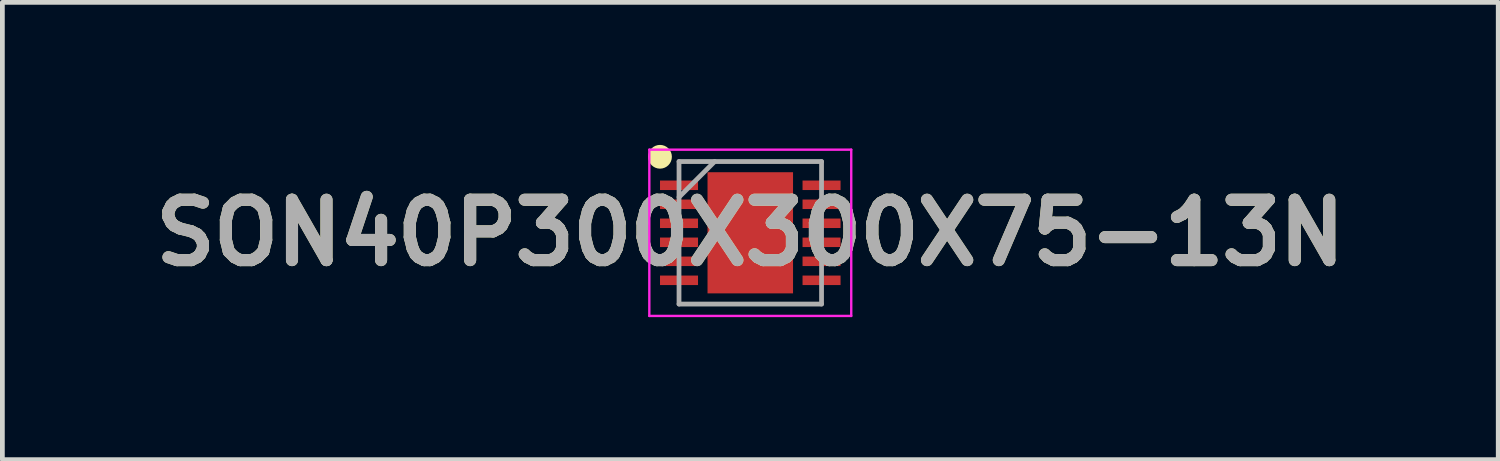
<source format=kicad_pcb>
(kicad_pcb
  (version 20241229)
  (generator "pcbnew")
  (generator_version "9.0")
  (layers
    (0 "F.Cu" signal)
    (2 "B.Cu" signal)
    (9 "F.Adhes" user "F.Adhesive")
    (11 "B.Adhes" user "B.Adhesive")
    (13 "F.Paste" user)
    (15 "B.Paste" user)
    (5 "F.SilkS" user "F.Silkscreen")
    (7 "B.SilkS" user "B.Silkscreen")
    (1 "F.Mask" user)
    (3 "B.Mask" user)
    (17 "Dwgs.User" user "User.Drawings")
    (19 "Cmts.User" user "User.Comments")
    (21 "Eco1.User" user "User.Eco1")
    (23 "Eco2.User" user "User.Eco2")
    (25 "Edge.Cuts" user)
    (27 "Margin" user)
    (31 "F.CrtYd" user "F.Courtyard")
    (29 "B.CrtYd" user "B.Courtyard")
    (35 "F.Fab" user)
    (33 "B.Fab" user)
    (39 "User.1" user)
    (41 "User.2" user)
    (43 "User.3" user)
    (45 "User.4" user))
  (footprint "SON40P300X300X75-13N"
    (layer "F.Cu")
    (at 12.742 1.85)
    (property "Reference" "SON40P300X300X75-13N" (at 0 0 0) (layer "F.SilkS") (effects (font (size 1.27 1.27) (thickness 0.254))))
    (attr smd)
    (fp_circle (center -1.9 -1.6) (end -1.9 -1.475) (stroke (width 0.25) (type solid)) (fill no) (layer "F.SilkS"))
    (fp_line (start -2.125 -1.75) (end 2.125 -1.75) (stroke (width 0.05) (type solid)) (layer "F.CrtYd"))
    (fp_line (start -2.125 1.75) (end -2.125 -1.75) (stroke (width 0.05) (type solid)) (layer "F.CrtYd"))
    (fp_line (start 2.125 -1.75) (end 2.125 1.75) (stroke (width 0.05) (type solid)) (layer "F.CrtYd"))
    (fp_line (start 2.125 1.75) (end -2.125 1.75) (stroke (width 0.05) (type solid)) (layer "F.CrtYd"))
    (fp_line (start -1.5 -1.5) (end 1.5 -1.5) (stroke (width 0.1) (type solid)) (layer "F.Fab"))
    (fp_line (start -1.5 -0.75) (end -0.75 -1.5) (stroke (width 0.1) (type solid)) (layer "F.Fab"))
    (fp_line (start -1.5 1.5) (end -1.5 -1.5) (stroke (width 0.1) (type solid)) (layer "F.Fab"))
    (fp_line (start 1.5 -1.5) (end 1.5 1.5) (stroke (width 0.1) (type solid)) (layer "F.Fab"))
    (fp_line (start 1.5 1.5) (end -1.5 1.5) (stroke (width 0.1) (type solid)) (layer "F.Fab"))
    (fp_text user "${REFERENCE}" (at 0 0 0) (layer "F.Fab") (effects (font (size 1.27 1.27) (thickness 0.254))))
    (pad "1" smd rect (at -1.5 -1 90) (size 0.2 0.8) (layers "F.Cu" "F.Mask" "F.Paste"))
    (pad "2" smd rect (at -1.5 -0.6 90) (size 0.2 0.8) (layers "F.Cu" "F.Mask" "F.Paste"))
    (pad "3" smd rect (at -1.5 -0.2 90) (size 0.2 0.8) (layers "F.Cu" "F.Mask" "F.Paste"))
    (pad "4" smd rect (at -1.5 0.2 90) (size 0.2 0.8) (layers "F.Cu" "F.Mask" "F.Paste"))
    (pad "5" smd rect (at -1.5 0.6 90) (size 0.2 0.8) (layers "F.Cu" "F.Mask" "F.Paste"))
    (pad "6" smd rect (at -1.5 1 90) (size 0.2 0.8) (layers "F.Cu" "F.Mask" "F.Paste"))
    (pad "7" smd rect (at 1.5 1 90) (size 0.2 0.8) (layers "F.Cu" "F.Mask" "F.Paste"))
    (pad "8" smd rect (at 1.5 0.6 90) (size 0.2 0.8) (layers "F.Cu" "F.Mask" "F.Paste"))
    (pad "9" smd rect (at 1.5 0.2 90) (size 0.2 0.8) (layers "F.Cu" "F.Mask" "F.Paste"))
    (pad "10" smd rect (at 1.5 -0.2 90) (size 0.2 0.8) (layers "F.Cu" "F.Mask" "F.Paste"))
    (pad "11" smd rect (at 1.5 -0.6 90) (size 0.2 0.8) (layers "F.Cu" "F.Mask" "F.Paste"))
    (pad "12" smd rect (at 1.5 -1 90) (size 0.2 0.8) (layers "F.Cu" "F.Mask" "F.Paste"))
    (pad "13" smd rect (at 0 0) (size 1.8 2.55) (layers "F.Cu" "F.Mask" "F.Paste")))
  (gr_rect
    (start -3 -3)
    (end 28.485 6.625)
    (stroke (width 0.1) (type default))
    (fill no)
    (layer "Edge.Cuts")))
</source>
